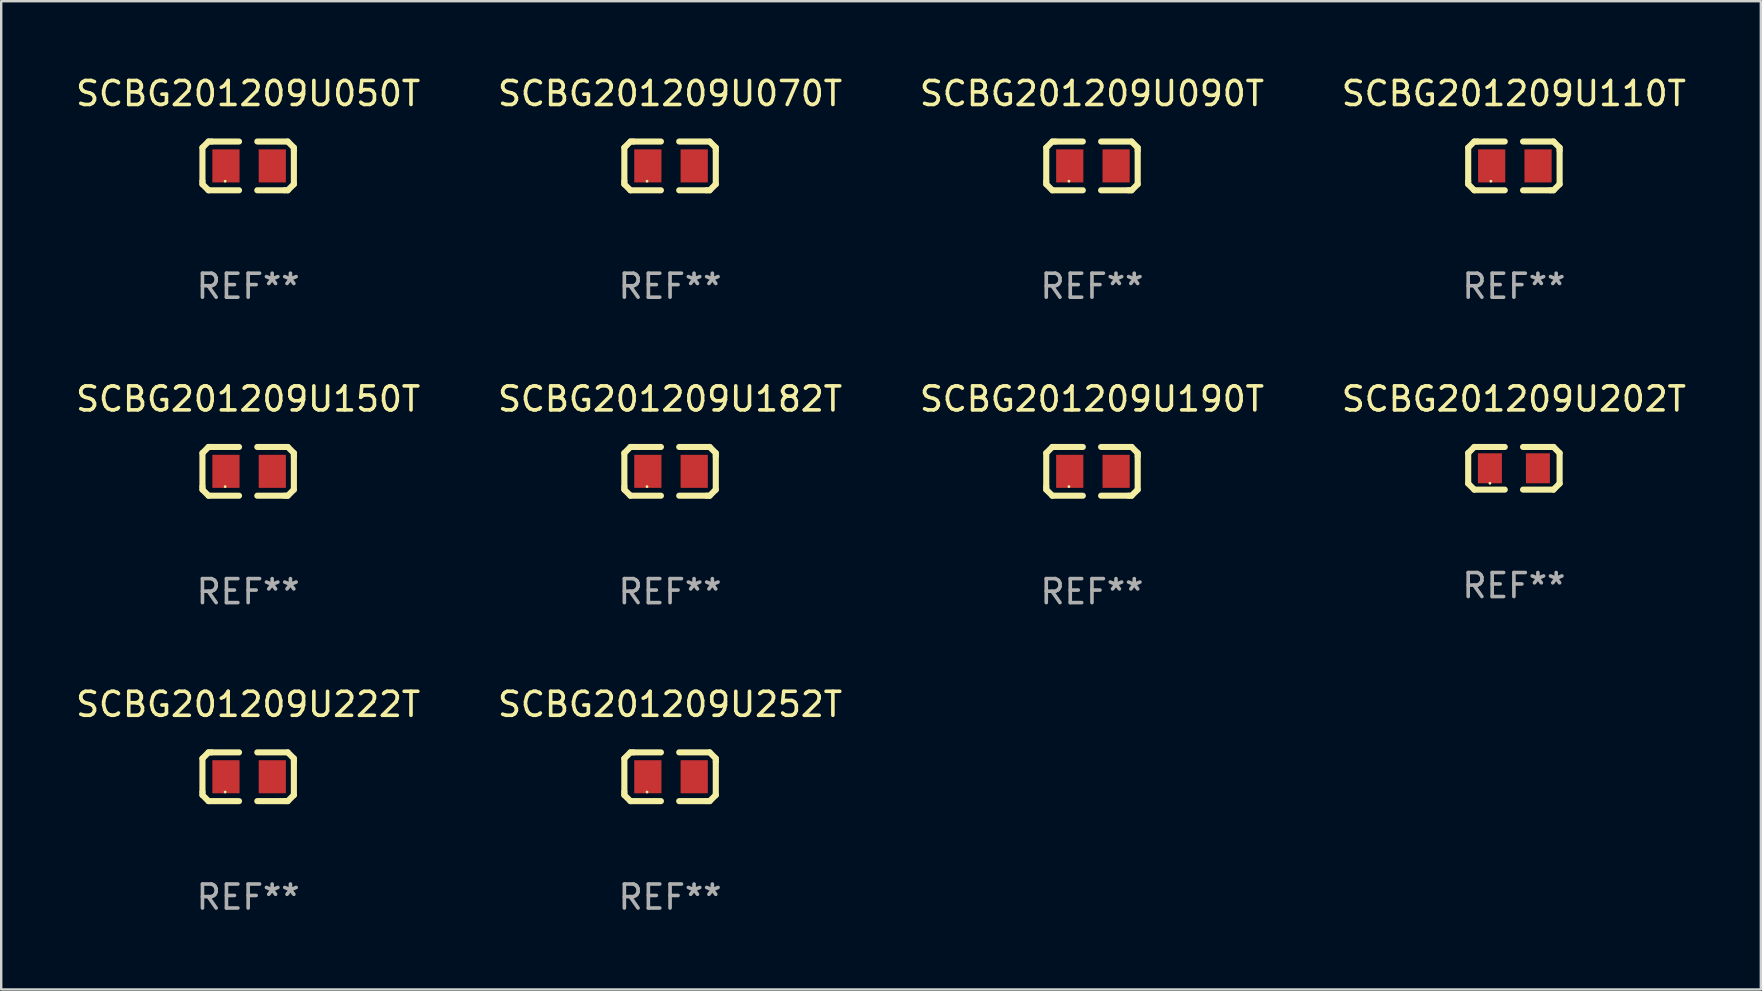
<source format=kicad_pcb>
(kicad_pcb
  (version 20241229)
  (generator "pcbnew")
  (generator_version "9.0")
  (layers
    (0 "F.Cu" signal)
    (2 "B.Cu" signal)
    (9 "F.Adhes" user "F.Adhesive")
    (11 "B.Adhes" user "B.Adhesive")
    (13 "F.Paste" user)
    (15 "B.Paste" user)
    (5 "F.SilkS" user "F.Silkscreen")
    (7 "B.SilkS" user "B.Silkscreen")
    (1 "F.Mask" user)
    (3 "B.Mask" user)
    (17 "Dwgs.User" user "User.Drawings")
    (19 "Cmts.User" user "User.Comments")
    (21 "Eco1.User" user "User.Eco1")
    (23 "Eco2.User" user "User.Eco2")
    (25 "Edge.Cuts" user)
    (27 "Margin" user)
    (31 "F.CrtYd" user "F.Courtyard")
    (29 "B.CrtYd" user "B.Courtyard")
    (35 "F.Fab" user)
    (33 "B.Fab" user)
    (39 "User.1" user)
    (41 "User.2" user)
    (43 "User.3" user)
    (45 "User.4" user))
  (footprint "SCBG201209U150T"
    (layer "F.Cu")
    (at 7.292 16.593)
    (property "Reference" "SCBG201209U150T" (at 0 -3.016 0) (layer "F.SilkS") (effects (font (size 1 1) (thickness 0.15))))
    (attr through_hole)
    (fp_line (start -1.905 -0.762) (end -1.905 0.635) (stroke (width 0.254) (type solid)) (layer "F.SilkS"))
    (fp_line (start -1.905 0.635) (end -1.905 0.762) (stroke (width 0.254) (type solid)) (layer "F.SilkS"))
    (fp_line (start -1.905 0.762) (end -1.651 1.016) (stroke (width 0.254) (type solid)) (layer "F.SilkS"))
    (fp_line (start -1.651 -1.016) (end -1.905 -0.762) (stroke (width 0.254) (type solid)) (layer "F.SilkS"))
    (fp_line (start -1.651 1.016) (end -0.381 1.016) (stroke (width 0.254) (type solid)) (layer "F.SilkS"))
    (fp_line (start -1.524 -1.016) (end -1.651 -1.016) (stroke (width 0.254) (type solid)) (layer "F.SilkS"))
    (fp_line (start -0.381 -1.016) (end -1.524 -1.016) (stroke (width 0.254) (type solid)) (layer "F.SilkS"))
    (fp_line (start 0.381 1.016) (end 1.524 1.016) (stroke (width 0.254) (type solid)) (layer "F.SilkS"))
    (fp_line (start 1.524 1.016) (end 1.651 1.016) (stroke (width 0.254) (type solid)) (layer "F.SilkS"))
    (fp_line (start 1.651 -1.016) (end 0.381 -1.016) (stroke (width 0.254) (type solid)) (layer "F.SilkS"))
    (fp_line (start 1.651 1.016) (end 1.905 0.762) (stroke (width 0.254) (type solid)) (layer "F.SilkS"))
    (fp_line (start 1.905 -0.762) (end 1.651 -1.016) (stroke (width 0.254) (type solid)) (layer "F.SilkS"))
    (fp_line (start 1.905 -0.635) (end 1.905 -0.762) (stroke (width 0.254) (type solid)) (layer "F.SilkS"))
    (fp_line (start 1.905 0.762) (end 1.905 -0.635) (stroke (width 0.254) (type solid)) (layer "F.SilkS"))
    (fp_circle (center -0.96 0.637) (end -0.93 0.637) (stroke (width 0.06) (type solid)) (fill no) (layer "F.SilkS"))
    (fp_text user "REF**" (at 0 5.016 0) (layer "F.Fab") (effects (font (size 1 1) (thickness 0.15))))
    (pad "1" smd rect (at -0.926 -0.000051) (size 1.133 1.377) (layers "F.Cu" "F.Mask" "F.Paste"))
    (pad "2" smd rect (at 1.006 -0.000051) (size 1.133 1.377) (layers "F.Cu" "F.Mask" "F.Paste")))
  (footprint "SCBG201209U190T"
    (layer "F.Cu")
    (at 42.458 16.593)
    (property "Reference" "SCBG201209U190T" (at 0 -3.016 0) (layer "F.SilkS") (effects (font (size 1 1) (thickness 0.15))))
    (attr through_hole)
    (fp_line (start -1.905 -0.762) (end -1.905 0.635) (stroke (width 0.254) (type solid)) (layer "F.SilkS"))
    (fp_line (start -1.905 0.635) (end -1.905 0.762) (stroke (width 0.254) (type solid)) (layer "F.SilkS"))
    (fp_line (start -1.905 0.762) (end -1.651 1.016) (stroke (width 0.254) (type solid)) (layer "F.SilkS"))
    (fp_line (start -1.651 -1.016) (end -1.905 -0.762) (stroke (width 0.254) (type solid)) (layer "F.SilkS"))
    (fp_line (start -1.651 1.016) (end -0.381 1.016) (stroke (width 0.254) (type solid)) (layer "F.SilkS"))
    (fp_line (start -1.524 -1.016) (end -1.651 -1.016) (stroke (width 0.254) (type solid)) (layer "F.SilkS"))
    (fp_line (start -0.381 -1.016) (end -1.524 -1.016) (stroke (width 0.254) (type solid)) (layer "F.SilkS"))
    (fp_line (start 0.381 1.016) (end 1.524 1.016) (stroke (width 0.254) (type solid)) (layer "F.SilkS"))
    (fp_line (start 1.524 1.016) (end 1.651 1.016) (stroke (width 0.254) (type solid)) (layer "F.SilkS"))
    (fp_line (start 1.651 -1.016) (end 0.381 -1.016) (stroke (width 0.254) (type solid)) (layer "F.SilkS"))
    (fp_line (start 1.651 1.016) (end 1.905 0.762) (stroke (width 0.254) (type solid)) (layer "F.SilkS"))
    (fp_line (start 1.905 -0.762) (end 1.651 -1.016) (stroke (width 0.254) (type solid)) (layer "F.SilkS"))
    (fp_line (start 1.905 -0.635) (end 1.905 -0.762) (stroke (width 0.254) (type solid)) (layer "F.SilkS"))
    (fp_line (start 1.905 0.762) (end 1.905 -0.635) (stroke (width 0.254) (type solid)) (layer "F.SilkS"))
    (fp_circle (center -0.96 0.637) (end -0.93 0.637) (stroke (width 0.06) (type solid)) (fill no) (layer "F.SilkS"))
    (fp_text user "REF**" (at 0 5.016 0) (layer "F.Fab") (effects (font (size 1 1) (thickness 0.15))))
    (pad "1" smd rect (at -0.926 -0.000051) (size 1.133 1.377) (layers "F.Cu" "F.Mask" "F.Paste"))
    (pad "2" smd rect (at 1.006 -0.000051) (size 1.133 1.377) (layers "F.Cu" "F.Mask" "F.Paste")))
  (footprint "SCBG201209U222T"
    (layer "F.Cu")
    (at 7.292 29.321)
    (property "Reference" "SCBG201209U222T" (at 0 -3.016 0) (layer "F.SilkS") (effects (font (size 1 1) (thickness 0.15))))
    (attr through_hole)
    (fp_line (start -1.905 -0.762) (end -1.905 0.635) (stroke (width 0.254) (type solid)) (layer "F.SilkS"))
    (fp_line (start -1.905 0.635) (end -1.905 0.762) (stroke (width 0.254) (type solid)) (layer "F.SilkS"))
    (fp_line (start -1.905 0.762) (end -1.651 1.016) (stroke (width 0.254) (type solid)) (layer "F.SilkS"))
    (fp_line (start -1.651 -1.016) (end -1.905 -0.762) (stroke (width 0.254) (type solid)) (layer "F.SilkS"))
    (fp_line (start -1.651 1.016) (end -0.381 1.016) (stroke (width 0.254) (type solid)) (layer "F.SilkS"))
    (fp_line (start -1.524 -1.016) (end -1.651 -1.016) (stroke (width 0.254) (type solid)) (layer "F.SilkS"))
    (fp_line (start -0.381 -1.016) (end -1.524 -1.016) (stroke (width 0.254) (type solid)) (layer "F.SilkS"))
    (fp_line (start 0.381 1.016) (end 1.524 1.016) (stroke (width 0.254) (type solid)) (layer "F.SilkS"))
    (fp_line (start 1.524 1.016) (end 1.651 1.016) (stroke (width 0.254) (type solid)) (layer "F.SilkS"))
    (fp_line (start 1.651 -1.016) (end 0.381 -1.016) (stroke (width 0.254) (type solid)) (layer "F.SilkS"))
    (fp_line (start 1.651 1.016) (end 1.905 0.762) (stroke (width 0.254) (type solid)) (layer "F.SilkS"))
    (fp_line (start 1.905 -0.762) (end 1.651 -1.016) (stroke (width 0.254) (type solid)) (layer "F.SilkS"))
    (fp_line (start 1.905 -0.635) (end 1.905 -0.762) (stroke (width 0.254) (type solid)) (layer "F.SilkS"))
    (fp_line (start 1.905 0.762) (end 1.905 -0.635) (stroke (width 0.254) (type solid)) (layer "F.SilkS"))
    (fp_circle (center -0.96 0.637) (end -0.93 0.637) (stroke (width 0.06) (type solid)) (fill no) (layer "F.SilkS"))
    (fp_text user "REF**" (at 0 5.016 0) (layer "F.Fab") (effects (font (size 1 1) (thickness 0.15))))
    (pad "1" smd rect (at -0.926 -0.000051) (size 1.133 1.377) (layers "F.Cu" "F.Mask" "F.Paste"))
    (pad "2" smd rect (at 1.006 -0.000051) (size 1.133 1.377) (layers "F.Cu" "F.Mask" "F.Paste")))
  (footprint "SCBG201209U050T"
    (layer "F.Cu")
    (at 7.292 3.864)
    (property "Reference" "SCBG201209U050T" (at 0 -3.016 0) (layer "F.SilkS") (effects (font (size 1 1) (thickness 0.15))))
    (attr through_hole)
    (fp_line (start -1.905 -0.762) (end -1.905 0.635) (stroke (width 0.254) (type solid)) (layer "F.SilkS"))
    (fp_line (start -1.905 0.635) (end -1.905 0.762) (stroke (width 0.254) (type solid)) (layer "F.SilkS"))
    (fp_line (start -1.905 0.762) (end -1.651 1.016) (stroke (width 0.254) (type solid)) (layer "F.SilkS"))
    (fp_line (start -1.651 -1.016) (end -1.905 -0.762) (stroke (width 0.254) (type solid)) (layer "F.SilkS"))
    (fp_line (start -1.651 1.016) (end -0.381 1.016) (stroke (width 0.254) (type solid)) (layer "F.SilkS"))
    (fp_line (start -1.524 -1.016) (end -1.651 -1.016) (stroke (width 0.254) (type solid)) (layer "F.SilkS"))
    (fp_line (start -0.381 -1.016) (end -1.524 -1.016) (stroke (width 0.254) (type solid)) (layer "F.SilkS"))
    (fp_line (start 0.381 1.016) (end 1.524 1.016) (stroke (width 0.254) (type solid)) (layer "F.SilkS"))
    (fp_line (start 1.524 1.016) (end 1.651 1.016) (stroke (width 0.254) (type solid)) (layer "F.SilkS"))
    (fp_line (start 1.651 -1.016) (end 0.381 -1.016) (stroke (width 0.254) (type solid)) (layer "F.SilkS"))
    (fp_line (start 1.651 1.016) (end 1.905 0.762) (stroke (width 0.254) (type solid)) (layer "F.SilkS"))
    (fp_line (start 1.905 -0.762) (end 1.651 -1.016) (stroke (width 0.254) (type solid)) (layer "F.SilkS"))
    (fp_line (start 1.905 -0.635) (end 1.905 -0.762) (stroke (width 0.254) (type solid)) (layer "F.SilkS"))
    (fp_line (start 1.905 0.762) (end 1.905 -0.635) (stroke (width 0.254) (type solid)) (layer "F.SilkS"))
    (fp_circle (center -0.96 0.637) (end -0.93 0.637) (stroke (width 0.06) (type solid)) (fill no) (layer "F.SilkS"))
    (fp_text user "REF**" (at 0 5.016 0) (layer "F.Fab") (effects (font (size 1 1) (thickness 0.15))))
    (pad "1" smd rect (at -0.926 -0.000051) (size 1.133 1.377) (layers "F.Cu" "F.Mask" "F.Paste"))
    (pad "2" smd rect (at 1.006 -0.000051) (size 1.133 1.377) (layers "F.Cu" "F.Mask" "F.Paste")))
  (footprint "SCBG201209U202T"
    (layer "F.Cu")
    (at 60.042 16.466)
    (property "Reference" "SCBG201209U202T" (at 0 -2.889 0) (layer "F.SilkS") (effects (font (size 1 1) (thickness 0.15))))
    (attr through_hole)
    (fp_line (start -1.905 -0.635) (end -1.651 -0.889) (stroke (width 0.254) (type solid)) (layer "F.SilkS"))
    (fp_line (start -1.905 0.635) (end -1.905 -0.635) (stroke (width 0.254) (type solid)) (layer "F.SilkS"))
    (fp_line (start -1.651 -0.889) (end -0.381 -0.889) (stroke (width 0.254) (type solid)) (layer "F.SilkS"))
    (fp_line (start -1.651 0.889) (end -1.905 0.635) (stroke (width 0.254) (type solid)) (layer "F.SilkS"))
    (fp_line (start -0.381 0.889) (end -1.651 0.889) (stroke (width 0.254) (type solid)) (layer "F.SilkS"))
    (fp_line (start 0.381 -0.889) (end 1.651 -0.889) (stroke (width 0.254) (type solid)) (layer "F.SilkS"))
    (fp_line (start 1.651 -0.889) (end 1.905 -0.635) (stroke (width 0.254) (type solid)) (layer "F.SilkS"))
    (fp_line (start 1.651 0.889) (end 0.381 0.889) (stroke (width 0.254) (type solid)) (layer "F.SilkS"))
    (fp_line (start 1.905 -0.635) (end 1.905 0.635) (stroke (width 0.254) (type solid)) (layer "F.SilkS"))
    (fp_line (start 1.905 0.635) (end 1.651 0.889) (stroke (width 0.254) (type solid)) (layer "F.SilkS"))
    (fp_circle (center -1 0.625) (end -0.97 0.625) (stroke (width 0.06) (type solid)) (fill no) (layer "F.SilkS"))
    (fp_text user "REF**" (at 0 4.889 0) (layer "F.Fab") (effects (font (size 1 1) (thickness 0.15))))
    (pad "1" smd rect (at -1 0 180) (size 1 1.25) (layers "F.Cu" "F.Mask" "F.Paste"))
    (pad "2" smd rect (at 1 0) (size 1 1.25) (layers "F.Cu" "F.Mask" "F.Paste")))
  (footprint "SCBG201209U182T"
    (layer "F.Cu")
    (at 24.875 16.593)
    (property "Reference" "SCBG201209U182T" (at 0 -3.016 0) (layer "F.SilkS") (effects (font (size 1 1) (thickness 0.15))))
    (attr through_hole)
    (fp_line (start -1.905 -0.762) (end -1.905 0.635) (stroke (width 0.254) (type solid)) (layer "F.SilkS"))
    (fp_line (start -1.905 0.635) (end -1.905 0.762) (stroke (width 0.254) (type solid)) (layer "F.SilkS"))
    (fp_line (start -1.905 0.762) (end -1.651 1.016) (stroke (width 0.254) (type solid)) (layer "F.SilkS"))
    (fp_line (start -1.651 -1.016) (end -1.905 -0.762) (stroke (width 0.254) (type solid)) (layer "F.SilkS"))
    (fp_line (start -1.651 1.016) (end -0.381 1.016) (stroke (width 0.254) (type solid)) (layer "F.SilkS"))
    (fp_line (start -1.524 -1.016) (end -1.651 -1.016) (stroke (width 0.254) (type solid)) (layer "F.SilkS"))
    (fp_line (start -0.381 -1.016) (end -1.524 -1.016) (stroke (width 0.254) (type solid)) (layer "F.SilkS"))
    (fp_line (start 0.381 1.016) (end 1.524 1.016) (stroke (width 0.254) (type solid)) (layer "F.SilkS"))
    (fp_line (start 1.524 1.016) (end 1.651 1.016) (stroke (width 0.254) (type solid)) (layer "F.SilkS"))
    (fp_line (start 1.651 -1.016) (end 0.381 -1.016) (stroke (width 0.254) (type solid)) (layer "F.SilkS"))
    (fp_line (start 1.651 1.016) (end 1.905 0.762) (stroke (width 0.254) (type solid)) (layer "F.SilkS"))
    (fp_line (start 1.905 -0.762) (end 1.651 -1.016) (stroke (width 0.254) (type solid)) (layer "F.SilkS"))
    (fp_line (start 1.905 -0.635) (end 1.905 -0.762) (stroke (width 0.254) (type solid)) (layer "F.SilkS"))
    (fp_line (start 1.905 0.762) (end 1.905 -0.635) (stroke (width 0.254) (type solid)) (layer "F.SilkS"))
    (fp_circle (center -0.96 0.637) (end -0.93 0.637) (stroke (width 0.06) (type solid)) (fill no) (layer "F.SilkS"))
    (fp_text user "REF**" (at 0 5.016 0) (layer "F.Fab") (effects (font (size 1 1) (thickness 0.15))))
    (pad "1" smd rect (at -0.926 -0.000051) (size 1.133 1.377) (layers "F.Cu" "F.Mask" "F.Paste"))
    (pad "2" smd rect (at 1.006 -0.000051) (size 1.133 1.377) (layers "F.Cu" "F.Mask" "F.Paste")))
  (footprint "SCBG201209U070T"
    (layer "F.Cu")
    (at 24.875 3.864)
    (property "Reference" "SCBG201209U070T" (at 0 -3.016 0) (layer "F.SilkS") (effects (font (size 1 1) (thickness 0.15))))
    (attr through_hole)
    (fp_line (start -1.905 -0.762) (end -1.905 0.635) (stroke (width 0.254) (type solid)) (layer "F.SilkS"))
    (fp_line (start -1.905 0.635) (end -1.905 0.762) (stroke (width 0.254) (type solid)) (layer "F.SilkS"))
    (fp_line (start -1.905 0.762) (end -1.651 1.016) (stroke (width 0.254) (type solid)) (layer "F.SilkS"))
    (fp_line (start -1.651 -1.016) (end -1.905 -0.762) (stroke (width 0.254) (type solid)) (layer "F.SilkS"))
    (fp_line (start -1.651 1.016) (end -0.381 1.016) (stroke (width 0.254) (type solid)) (layer "F.SilkS"))
    (fp_line (start -1.524 -1.016) (end -1.651 -1.016) (stroke (width 0.254) (type solid)) (layer "F.SilkS"))
    (fp_line (start -0.381 -1.016) (end -1.524 -1.016) (stroke (width 0.254) (type solid)) (layer "F.SilkS"))
    (fp_line (start 0.381 1.016) (end 1.524 1.016) (stroke (width 0.254) (type solid)) (layer "F.SilkS"))
    (fp_line (start 1.524 1.016) (end 1.651 1.016) (stroke (width 0.254) (type solid)) (layer "F.SilkS"))
    (fp_line (start 1.651 -1.016) (end 0.381 -1.016) (stroke (width 0.254) (type solid)) (layer "F.SilkS"))
    (fp_line (start 1.651 1.016) (end 1.905 0.762) (stroke (width 0.254) (type solid)) (layer "F.SilkS"))
    (fp_line (start 1.905 -0.762) (end 1.651 -1.016) (stroke (width 0.254) (type solid)) (layer "F.SilkS"))
    (fp_line (start 1.905 -0.635) (end 1.905 -0.762) (stroke (width 0.254) (type solid)) (layer "F.SilkS"))
    (fp_line (start 1.905 0.762) (end 1.905 -0.635) (stroke (width 0.254) (type solid)) (layer "F.SilkS"))
    (fp_circle (center -0.96 0.637) (end -0.93 0.637) (stroke (width 0.06) (type solid)) (fill no) (layer "F.SilkS"))
    (fp_text user "REF**" (at 0 5.016 0) (layer "F.Fab") (effects (font (size 1 1) (thickness 0.15))))
    (pad "1" smd rect (at -0.926 -0.000051) (size 1.133 1.377) (layers "F.Cu" "F.Mask" "F.Paste"))
    (pad "2" smd rect (at 1.006 -0.000051) (size 1.133 1.377) (layers "F.Cu" "F.Mask" "F.Paste")))
  (footprint "SCBG201209U090T"
    (layer "F.Cu")
    (at 42.458 3.864)
    (property "Reference" "SCBG201209U090T" (at 0 -3.016 0) (layer "F.SilkS") (effects (font (size 1 1) (thickness 0.15))))
    (attr through_hole)
    (fp_line (start -1.905 -0.762) (end -1.905 0.635) (stroke (width 0.254) (type solid)) (layer "F.SilkS"))
    (fp_line (start -1.905 0.635) (end -1.905 0.762) (stroke (width 0.254) (type solid)) (layer "F.SilkS"))
    (fp_line (start -1.905 0.762) (end -1.651 1.016) (stroke (width 0.254) (type solid)) (layer "F.SilkS"))
    (fp_line (start -1.651 -1.016) (end -1.905 -0.762) (stroke (width 0.254) (type solid)) (layer "F.SilkS"))
    (fp_line (start -1.651 1.016) (end -0.381 1.016) (stroke (width 0.254) (type solid)) (layer "F.SilkS"))
    (fp_line (start -1.524 -1.016) (end -1.651 -1.016) (stroke (width 0.254) (type solid)) (layer "F.SilkS"))
    (fp_line (start -0.381 -1.016) (end -1.524 -1.016) (stroke (width 0.254) (type solid)) (layer "F.SilkS"))
    (fp_line (start 0.381 1.016) (end 1.524 1.016) (stroke (width 0.254) (type solid)) (layer "F.SilkS"))
    (fp_line (start 1.524 1.016) (end 1.651 1.016) (stroke (width 0.254) (type solid)) (layer "F.SilkS"))
    (fp_line (start 1.651 -1.016) (end 0.381 -1.016) (stroke (width 0.254) (type solid)) (layer "F.SilkS"))
    (fp_line (start 1.651 1.016) (end 1.905 0.762) (stroke (width 0.254) (type solid)) (layer "F.SilkS"))
    (fp_line (start 1.905 -0.762) (end 1.651 -1.016) (stroke (width 0.254) (type solid)) (layer "F.SilkS"))
    (fp_line (start 1.905 -0.635) (end 1.905 -0.762) (stroke (width 0.254) (type solid)) (layer "F.SilkS"))
    (fp_line (start 1.905 0.762) (end 1.905 -0.635) (stroke (width 0.254) (type solid)) (layer "F.SilkS"))
    (fp_circle (center -0.96 0.637) (end -0.93 0.637) (stroke (width 0.06) (type solid)) (fill no) (layer "F.SilkS"))
    (fp_text user "REF**" (at 0 5.016 0) (layer "F.Fab") (effects (font (size 1 1) (thickness 0.15))))
    (pad "1" smd rect (at -0.926 -0.000051) (size 1.133 1.377) (layers "F.Cu" "F.Mask" "F.Paste"))
    (pad "2" smd rect (at 1.006 -0.000051) (size 1.133 1.377) (layers "F.Cu" "F.Mask" "F.Paste")))
  (footprint "SCBG201209U110T"
    (layer "F.Cu")
    (at 60.042 3.864)
    (property "Reference" "SCBG201209U110T" (at 0 -3.016 0) (layer "F.SilkS") (effects (font (size 1 1) (thickness 0.15))))
    (attr through_hole)
    (fp_line (start -1.905 -0.762) (end -1.905 0.635) (stroke (width 0.254) (type solid)) (layer "F.SilkS"))
    (fp_line (start -1.905 0.635) (end -1.905 0.762) (stroke (width 0.254) (type solid)) (layer "F.SilkS"))
    (fp_line (start -1.905 0.762) (end -1.651 1.016) (stroke (width 0.254) (type solid)) (layer "F.SilkS"))
    (fp_line (start -1.651 -1.016) (end -1.905 -0.762) (stroke (width 0.254) (type solid)) (layer "F.SilkS"))
    (fp_line (start -1.651 1.016) (end -0.381 1.016) (stroke (width 0.254) (type solid)) (layer "F.SilkS"))
    (fp_line (start -1.524 -1.016) (end -1.651 -1.016) (stroke (width 0.254) (type solid)) (layer "F.SilkS"))
    (fp_line (start -0.381 -1.016) (end -1.524 -1.016) (stroke (width 0.254) (type solid)) (layer "F.SilkS"))
    (fp_line (start 0.381 1.016) (end 1.524 1.016) (stroke (width 0.254) (type solid)) (layer "F.SilkS"))
    (fp_line (start 1.524 1.016) (end 1.651 1.016) (stroke (width 0.254) (type solid)) (layer "F.SilkS"))
    (fp_line (start 1.651 -1.016) (end 0.381 -1.016) (stroke (width 0.254) (type solid)) (layer "F.SilkS"))
    (fp_line (start 1.651 1.016) (end 1.905 0.762) (stroke (width 0.254) (type solid)) (layer "F.SilkS"))
    (fp_line (start 1.905 -0.762) (end 1.651 -1.016) (stroke (width 0.254) (type solid)) (layer "F.SilkS"))
    (fp_line (start 1.905 -0.635) (end 1.905 -0.762) (stroke (width 0.254) (type solid)) (layer "F.SilkS"))
    (fp_line (start 1.905 0.762) (end 1.905 -0.635) (stroke (width 0.254) (type solid)) (layer "F.SilkS"))
    (fp_circle (center -0.96 0.637) (end -0.93 0.637) (stroke (width 0.06) (type solid)) (fill no) (layer "F.SilkS"))
    (fp_text user "REF**" (at 0 5.016 0) (layer "F.Fab") (effects (font (size 1 1) (thickness 0.15))))
    (pad "1" smd rect (at -0.926 -0.000051) (size 1.133 1.377) (layers "F.Cu" "F.Mask" "F.Paste"))
    (pad "2" smd rect (at 1.006 -0.000051) (size 1.133 1.377) (layers "F.Cu" "F.Mask" "F.Paste")))
  (footprint "SCBG201209U252T"
    (layer "F.Cu")
    (at 24.875 29.321)
    (property "Reference" "SCBG201209U252T" (at 0 -3.016 0) (layer "F.SilkS") (effects (font (size 1 1) (thickness 0.15))))
    (attr through_hole)
    (fp_line (start -1.905 -0.762) (end -1.905 0.635) (stroke (width 0.254) (type solid)) (layer "F.SilkS"))
    (fp_line (start -1.905 0.635) (end -1.905 0.762) (stroke (width 0.254) (type solid)) (layer "F.SilkS"))
    (fp_line (start -1.905 0.762) (end -1.651 1.016) (stroke (width 0.254) (type solid)) (layer "F.SilkS"))
    (fp_line (start -1.651 -1.016) (end -1.905 -0.762) (stroke (width 0.254) (type solid)) (layer "F.SilkS"))
    (fp_line (start -1.651 1.016) (end -0.381 1.016) (stroke (width 0.254) (type solid)) (layer "F.SilkS"))
    (fp_line (start -1.524 -1.016) (end -1.651 -1.016) (stroke (width 0.254) (type solid)) (layer "F.SilkS"))
    (fp_line (start -0.381 -1.016) (end -1.524 -1.016) (stroke (width 0.254) (type solid)) (layer "F.SilkS"))
    (fp_line (start 0.381 1.016) (end 1.524 1.016) (stroke (width 0.254) (type solid)) (layer "F.SilkS"))
    (fp_line (start 1.524 1.016) (end 1.651 1.016) (stroke (width 0.254) (type solid)) (layer "F.SilkS"))
    (fp_line (start 1.651 -1.016) (end 0.381 -1.016) (stroke (width 0.254) (type solid)) (layer "F.SilkS"))
    (fp_line (start 1.651 1.016) (end 1.905 0.762) (stroke (width 0.254) (type solid)) (layer "F.SilkS"))
    (fp_line (start 1.905 -0.762) (end 1.651 -1.016) (stroke (width 0.254) (type solid)) (layer "F.SilkS"))
    (fp_line (start 1.905 -0.635) (end 1.905 -0.762) (stroke (width 0.254) (type solid)) (layer "F.SilkS"))
    (fp_line (start 1.905 0.762) (end 1.905 -0.635) (stroke (width 0.254) (type solid)) (layer "F.SilkS"))
    (fp_circle (center -0.96 0.637) (end -0.93 0.637) (stroke (width 0.06) (type solid)) (fill no) (layer "F.SilkS"))
    (fp_text user "REF**" (at 0 5.016 0) (layer "F.Fab") (effects (font (size 1 1) (thickness 0.15))))
    (pad "1" smd rect (at -0.926 -0.000051) (size 1.133 1.377) (layers "F.Cu" "F.Mask" "F.Paste"))
    (pad "2" smd rect (at 1.006 -0.000051) (size 1.133 1.377) (layers "F.Cu" "F.Mask" "F.Paste")))
  (gr_rect
    (start -3 -3)
    (end 70.333 38.186)
    (stroke (width 0.1) (type default))
    (fill no)
    (layer "Edge.Cuts")))
</source>
